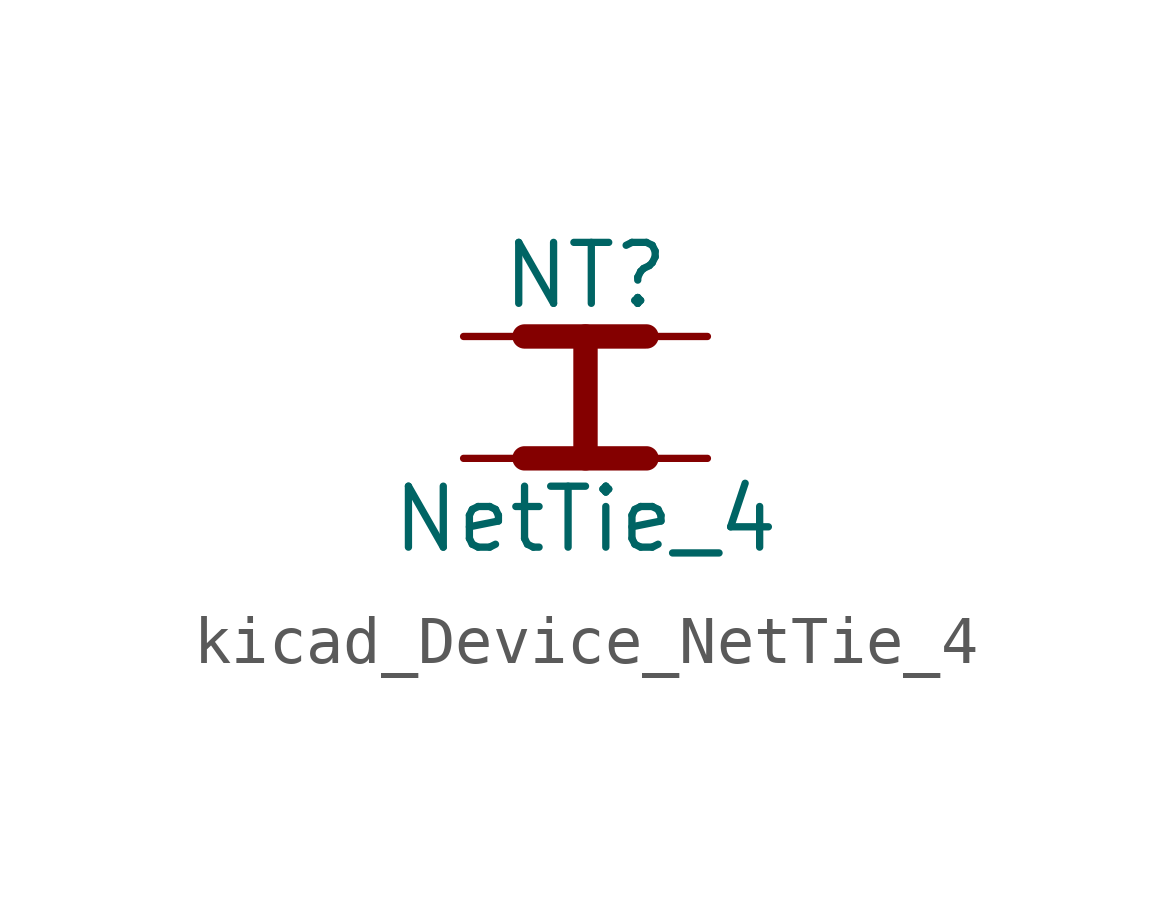
<source format=kicad_sym>
(kicad_symbol_lib
  (version 20220914)
  (generator kicad_symbol_editor)
  (symbol "kicad_Device_NetTie_4"
    (pin_numbers hide)
    (pin_names
      (offset 0) hide)
    (property "Reference" "NT"
      (at 0 1.27 0)
      (effects (font (size 1.27 1.27))))
    (property "Value" "NetTie_4"
      (at 0 -3.81 0)
      (effects (font (size 1.27 1.27))))
    (symbol "kicad_Device_NetTie_4_0_1"
      (polyline (pts (xy -1.27 -2.54) (xy 1.27 -2.54)) (stroke (width 0.508) (type default)) (fill (type none)))
      (polyline (pts (xy -1.27 0) (xy 1.27 0)) (stroke (width 0.508) (type default)) (fill (type none)))
      (polyline (pts (xy 0 -2.54) (xy 0 0)) (stroke (width 0.508) (type default)) (fill (type none))))
    (symbol "kicad_Device_NetTie_4_1_1"
      (pin passive line (at -2.54 0 0) (length 2.54) (name "1" (effects (font (size 1.27 1.27)))) (number "1" (effects (font (size 1.27 1.27)))))
      (pin passive line (at 2.54 0 180) (length 2.54) (name "2" (effects (font (size 1.27 1.27)))) (number "2" (effects (font (size 1.27 1.27)))))
      (pin passive line (at -2.54 -2.54 0) (length 2.54) (name "3" (effects (font (size 1.27 1.27)))) (number "3" (effects (font (size 1.27 1.27)))))
      (pin passive line (at 2.54 -2.54 180) (length 2.54) (name "4" (effects (font (size 1.27 1.27)))) (number "4" (effects (font (size 1.27 1.27))))))))
</source>
